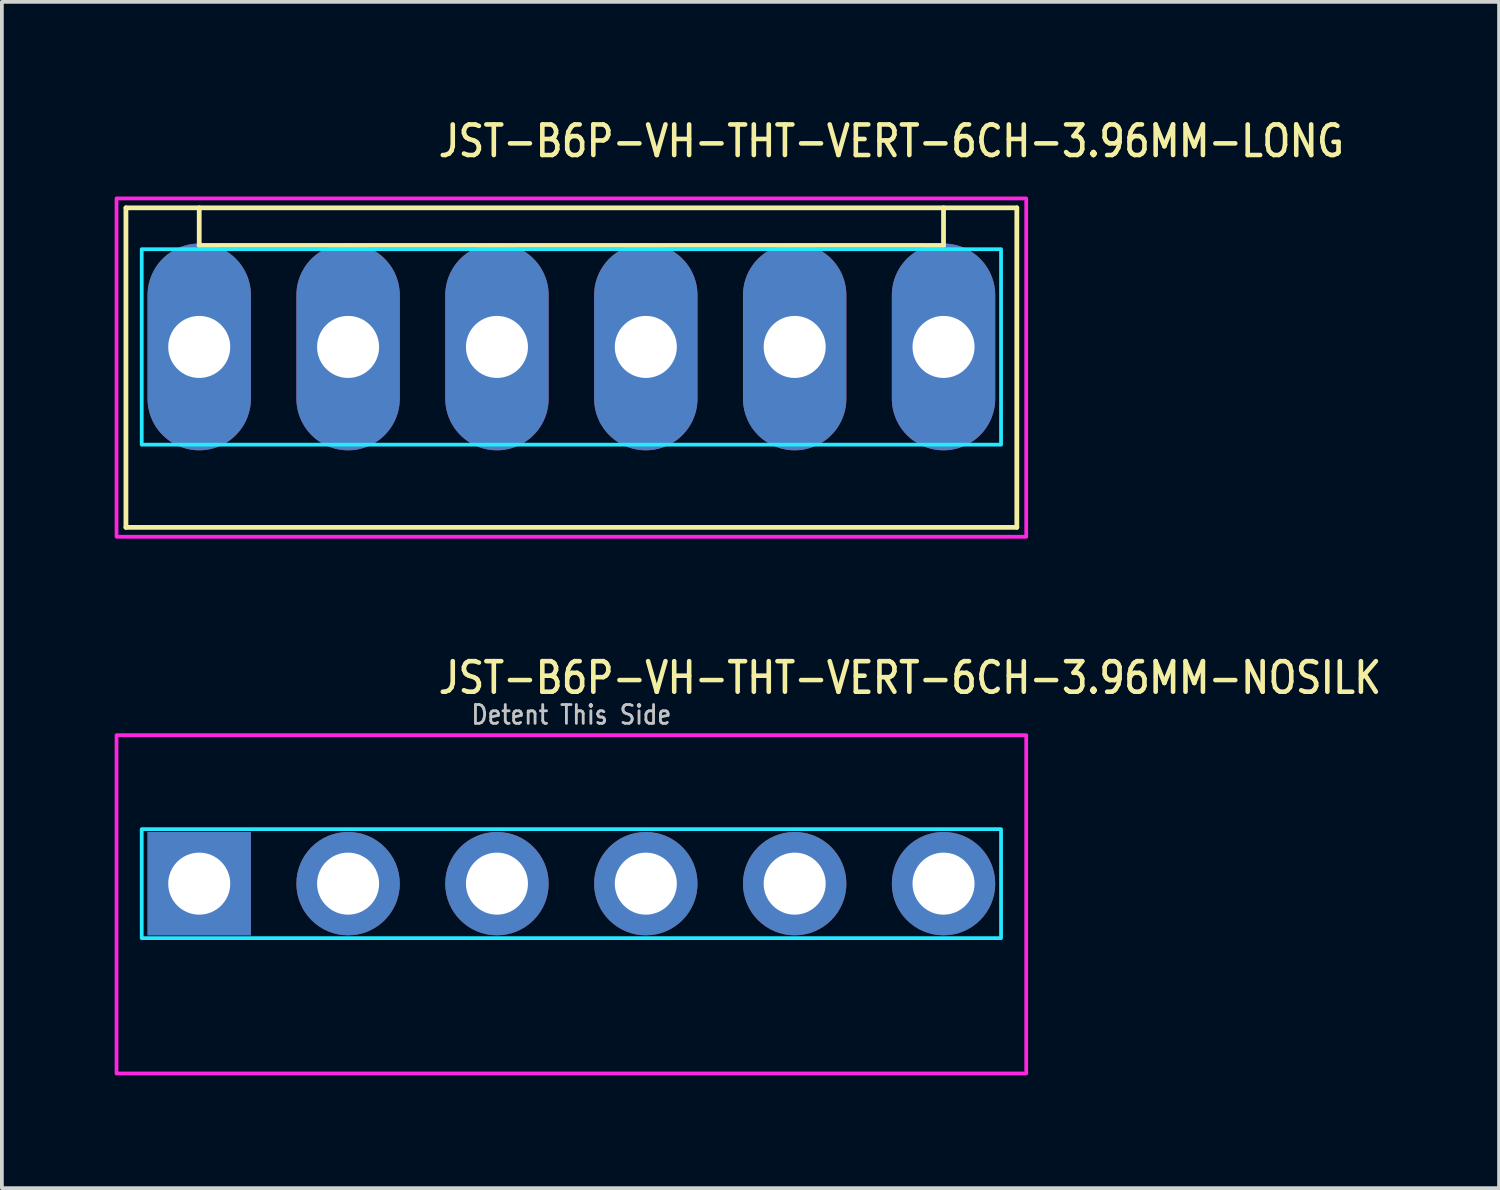
<source format=kicad_pcb>
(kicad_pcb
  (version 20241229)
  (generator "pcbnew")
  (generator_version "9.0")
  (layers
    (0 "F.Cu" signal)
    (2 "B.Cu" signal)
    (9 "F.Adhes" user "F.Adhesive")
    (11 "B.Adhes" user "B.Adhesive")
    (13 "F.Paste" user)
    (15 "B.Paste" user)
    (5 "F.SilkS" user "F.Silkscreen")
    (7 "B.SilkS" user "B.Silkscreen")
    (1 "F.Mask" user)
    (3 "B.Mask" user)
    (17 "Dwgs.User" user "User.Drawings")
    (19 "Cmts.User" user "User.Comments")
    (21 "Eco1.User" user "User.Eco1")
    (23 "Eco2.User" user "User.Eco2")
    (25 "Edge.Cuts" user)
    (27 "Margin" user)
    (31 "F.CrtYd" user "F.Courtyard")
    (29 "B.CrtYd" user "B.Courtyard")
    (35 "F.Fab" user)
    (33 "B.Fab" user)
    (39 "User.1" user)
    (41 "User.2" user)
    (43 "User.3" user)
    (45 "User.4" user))
  (footprint "JST-B6P-VH-THT-VERT-6CH-3.96MM-NOSILK"
    (layer "F.Cu")
    (at 12.15 20.457)
    (property "Reference" "JST-B6P-VH-THT-VERT-6CH-3.96MM-NOSILK" (at -3.6 -5 0) (unlocked yes) (layer "F.SilkS") (effects (font (size 0.813 0.695) (thickness 0.122)) (justify left bottom)))
    (fp_poly (pts (xy -11.43 -1.45) (xy -11.43 1.45) (xy 11.43 1.45) (xy 11.43 -1.45)) (stroke (width 0.1) (type solid)) (fill no) (layer "B.CrtYd"))
    (fp_poly (pts (xy -12.1 -3.95) (xy -12.1 5.05) (xy 12.1 5.05) (xy 12.1 -3.95)) (stroke (width 0.1) (type solid)) (fill no) (layer "F.CrtYd"))
    (fp_text user "Detent This Side" (at 0 -4.2 0) (unlocked yes) (layer "Dwgs.User") (effects (font (size 0.5 0.427) (thickness 0.075)) (justify bottom)))
    (pad "1" thru_hole rect (at -9.9 0) (size 2.75 2.75) (drill 1.65) (layers "*.Cu" "*.Mask"))
    (pad "2" thru_hole oval (at -5.94 0) (size 2.75 2.75) (drill 1.65) (layers "*.Cu" "*.Mask"))
    (pad "3" thru_hole oval (at -1.98 0) (size 2.75 2.75) (drill 1.65) (layers "*.Cu" "*.Mask"))
    (pad "4" thru_hole oval (at 1.98 0) (size 2.75 2.75) (drill 1.65) (layers "*.Cu" "*.Mask"))
    (pad "5" thru_hole oval (at 5.94 0) (size 2.75 2.75) (drill 1.65) (layers "*.Cu" "*.Mask"))
    (pad "6" thru_hole oval (at 9.9 0) (size 2.75 2.75) (drill 1.65) (layers "*.Cu" "*.Mask")))
  (footprint "JST-B6P-VH-THT-VERT-6CH-3.96MM-LONG"
    (layer "F.Cu")
    (at 12.15 6.179)
    (property "Reference" "JST-B6P-VH-THT-VERT-6CH-3.96MM-LONG" (at -3.6 -5 0) (unlocked yes) (layer "F.SilkS") (effects (font (size 0.813 0.695) (thickness 0.122)) (justify left bottom)))
    (fp_line (start -11.85 -3.7) (end 11.85 -3.7) (stroke (width 0.127) (type solid)) (layer "F.SilkS"))
    (fp_line (start -11.85 4.8) (end -11.85 -3.7) (stroke (width 0.127) (type solid)) (layer "F.SilkS"))
    (fp_line (start -11.85 4.8) (end 11.85 4.8) (stroke (width 0.127) (type solid)) (layer "F.SilkS"))
    (fp_line (start -9.9 -3.7) (end -9.9 -2.7) (stroke (width 0.127) (type solid)) (layer "F.SilkS"))
    (fp_line (start -9.9 -2.7) (end 9.9 -2.7) (stroke (width 0.127) (type solid)) (layer "F.SilkS"))
    (fp_line (start 9.9 -3.7) (end 9.9 -2.7) (stroke (width 0.127) (type solid)) (layer "F.SilkS"))
    (fp_line (start 11.85 -3.7) (end 11.85 4.8) (stroke (width 0.127) (type solid)) (layer "F.SilkS"))
    (fp_poly (pts (xy -11.43 -2.6) (xy -11.43 2.6) (xy 11.43 2.6) (xy 11.43 -2.6)) (stroke (width 0.1) (type solid)) (fill no) (layer "B.CrtYd"))
    (fp_poly (pts (xy -12.1 -3.95) (xy -12.1 5.05) (xy 12.1 5.05) (xy 12.1 -3.95)) (stroke (width 0.1) (type solid)) (fill no) (layer "F.CrtYd"))
    (pad "1" thru_hole oval (at -9.9 0 90) (size 5.5 2.75) (drill 1.65) (layers "*.Cu" "*.Mask"))
    (pad "2" thru_hole oval (at -5.94 0 90) (size 5.5 2.75) (drill 1.65) (layers "*.Cu" "*.Mask"))
    (pad "3" thru_hole oval (at -1.98 0 90) (size 5.5 2.75) (drill 1.65) (layers "*.Cu" "*.Mask"))
    (pad "4" thru_hole oval (at 1.98 0 90) (size 5.5 2.75) (drill 1.65) (layers "*.Cu" "*.Mask"))
    (pad "5" thru_hole oval (at 5.94 0 90) (size 5.5 2.75) (drill 1.65) (layers "*.Cu" "*.Mask"))
    (pad "6" thru_hole oval (at 9.9 0 90) (size 5.5 2.75) (drill 1.65) (layers "*.Cu" "*.Mask")))
  (gr_rect
    (start -3 -3)
    (end 36.828 28.557)
    (stroke (width 0.1) (type default))
    (fill no)
    (layer "Edge.Cuts")))
</source>
